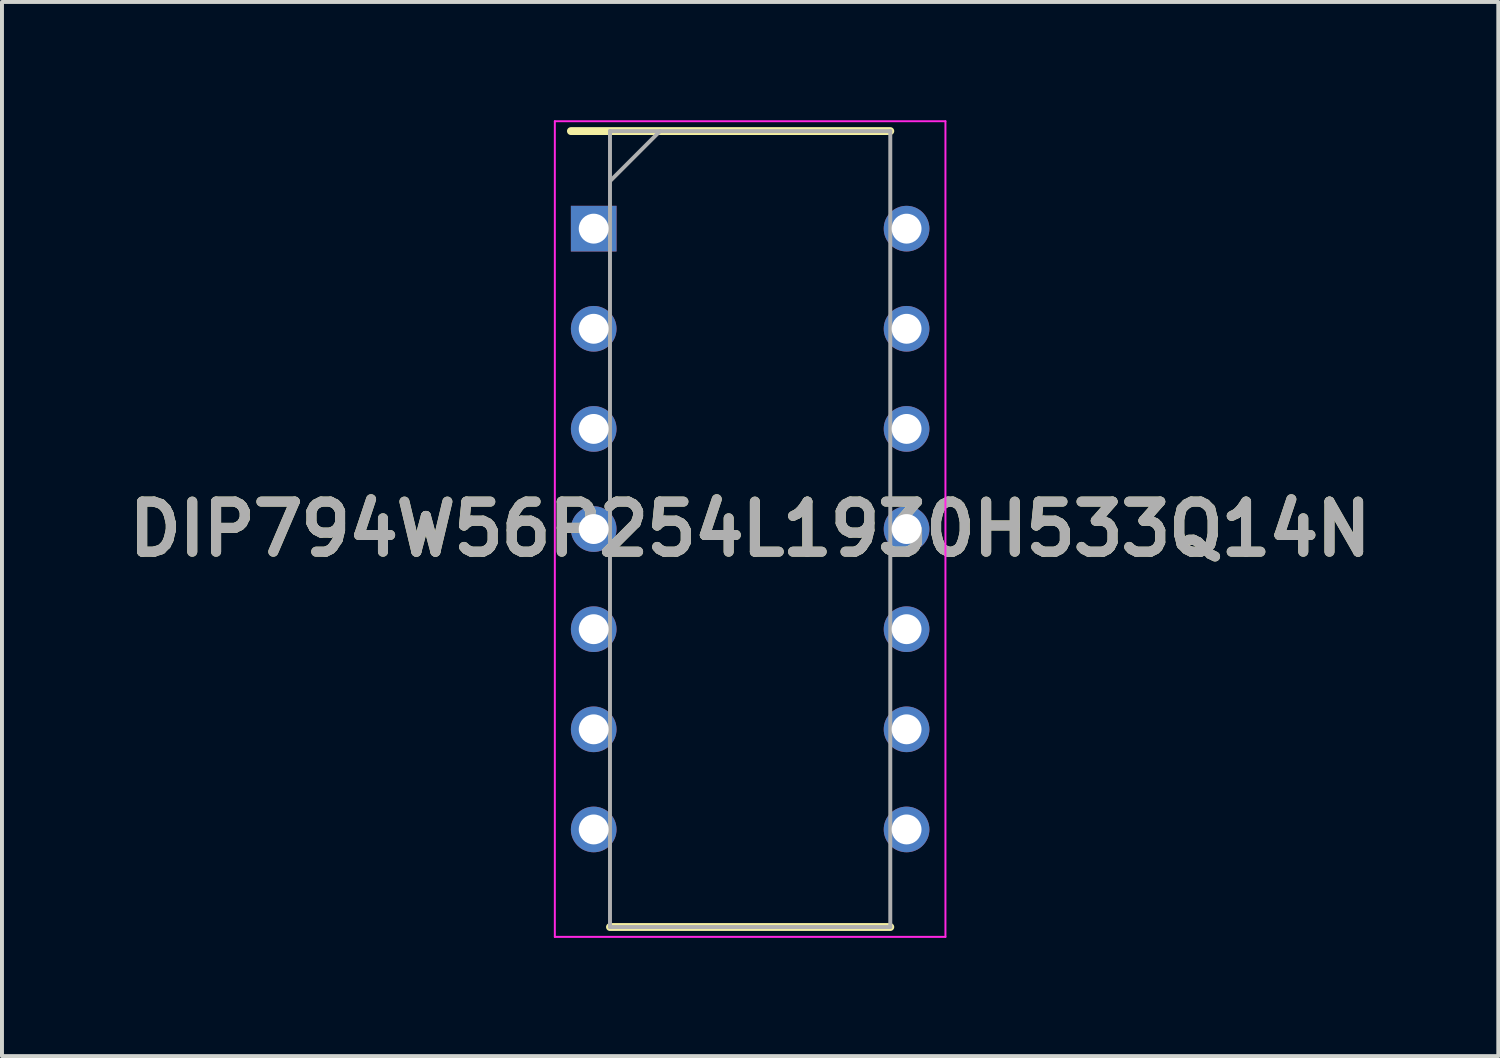
<source format=kicad_pcb>
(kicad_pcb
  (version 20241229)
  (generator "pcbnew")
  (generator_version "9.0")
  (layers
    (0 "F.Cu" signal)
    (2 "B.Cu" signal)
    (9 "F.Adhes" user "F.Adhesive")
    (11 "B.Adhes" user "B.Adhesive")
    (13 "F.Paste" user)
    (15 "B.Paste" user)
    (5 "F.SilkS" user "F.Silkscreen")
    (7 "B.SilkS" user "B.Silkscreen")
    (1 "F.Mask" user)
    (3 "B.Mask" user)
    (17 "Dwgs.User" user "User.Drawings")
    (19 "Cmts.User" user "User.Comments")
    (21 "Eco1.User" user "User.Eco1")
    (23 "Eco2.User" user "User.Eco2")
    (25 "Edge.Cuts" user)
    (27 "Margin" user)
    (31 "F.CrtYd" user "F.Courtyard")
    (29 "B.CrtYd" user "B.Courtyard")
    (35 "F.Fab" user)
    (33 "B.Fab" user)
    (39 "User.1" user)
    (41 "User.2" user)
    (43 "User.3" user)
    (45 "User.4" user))
  (footprint "DIP794W56P254L1930H533Q14N"
    (layer "F.Cu")
    (at 15.978 10.37)
    (property "Reference" "DIP794W56P254L1930H533Q14N" (at 0 0 0) (layer "F.SilkS") (effects (font (size 1.27 1.27) (thickness 0.254))))
    (attr through_hole)
    (fp_line (start -4.546 -10.095) (end 3.555 -10.095) (stroke (width 0.2) (type solid)) (layer "F.SilkS"))
    (fp_line (start -3.555 10.095) (end 3.555 10.095) (stroke (width 0.2) (type solid)) (layer "F.SilkS"))
    (fp_line (start -4.954 -10.345) (end 4.954 -10.345) (stroke (width 0.05) (type solid)) (layer "F.CrtYd"))
    (fp_line (start -4.954 10.345) (end -4.954 -10.345) (stroke (width 0.05) (type solid)) (layer "F.CrtYd"))
    (fp_line (start 4.954 -10.345) (end 4.954 10.345) (stroke (width 0.05) (type solid)) (layer "F.CrtYd"))
    (fp_line (start 4.954 10.345) (end -4.954 10.345) (stroke (width 0.05) (type solid)) (layer "F.CrtYd"))
    (fp_line (start -3.555 -10.095) (end 3.555 -10.095) (stroke (width 0.1) (type solid)) (layer "F.Fab"))
    (fp_line (start -3.555 -8.825) (end -2.285 -10.095) (stroke (width 0.1) (type solid)) (layer "F.Fab"))
    (fp_line (start -3.555 10.095) (end -3.555 -10.095) (stroke (width 0.1) (type solid)) (layer "F.Fab"))
    (fp_line (start 3.555 -10.095) (end 3.555 10.095) (stroke (width 0.1) (type solid)) (layer "F.Fab"))
    (fp_line (start 3.555 10.095) (end -3.555 10.095) (stroke (width 0.1) (type solid)) (layer "F.Fab"))
    (fp_text user "${REFERENCE}" (at 0 0 0) (layer "F.Fab") (effects (font (size 1.27 1.27) (thickness 0.254))))
    (pad "1" thru_hole rect (at -3.968 -7.62) (size 1.158 1.158) (drill 0.758) (layers "*.Cu" "*.Mask"))
    (pad "2" thru_hole circle (at -3.968 -5.08) (size 1.158 1.158) (drill 0.758) (layers "*.Cu" "*.Mask"))
    (pad "3" thru_hole circle (at -3.968 -2.54) (size 1.158 1.158) (drill 0.758) (layers "*.Cu" "*.Mask"))
    (pad "4" thru_hole circle (at -3.968 0) (size 1.158 1.158) (drill 0.758) (layers "*.Cu" "*.Mask"))
    (pad "5" thru_hole circle (at -3.968 2.54) (size 1.158 1.158) (drill 0.758) (layers "*.Cu" "*.Mask"))
    (pad "6" thru_hole circle (at -3.968 5.08) (size 1.158 1.158) (drill 0.758) (layers "*.Cu" "*.Mask"))
    (pad "7" thru_hole circle (at -3.968 7.62) (size 1.158 1.158) (drill 0.758) (layers "*.Cu" "*.Mask"))
    (pad "8" thru_hole circle (at 3.968 7.62) (size 1.158 1.158) (drill 0.758) (layers "*.Cu" "*.Mask"))
    (pad "9" thru_hole circle (at 3.968 5.08) (size 1.158 1.158) (drill 0.758) (layers "*.Cu" "*.Mask"))
    (pad "10" thru_hole circle (at 3.968 2.54) (size 1.158 1.158) (drill 0.758) (layers "*.Cu" "*.Mask"))
    (pad "11" thru_hole circle (at 3.968 0) (size 1.158 1.158) (drill 0.758) (layers "*.Cu" "*.Mask"))
    (pad "12" thru_hole circle (at 3.968 -2.54) (size 1.158 1.158) (drill 0.758) (layers "*.Cu" "*.Mask"))
    (pad "13" thru_hole circle (at 3.968 -5.08) (size 1.158 1.158) (drill 0.758) (layers "*.Cu" "*.Mask"))
    (pad "14" thru_hole circle (at 3.968 -7.62) (size 1.158 1.158) (drill 0.758) (layers "*.Cu" "*.Mask")))
  (gr_rect
    (start -3 -3)
    (end 34.956 23.74)
    (stroke (width 0.1) (type default))
    (fill no)
    (layer "Edge.Cuts")))
</source>
